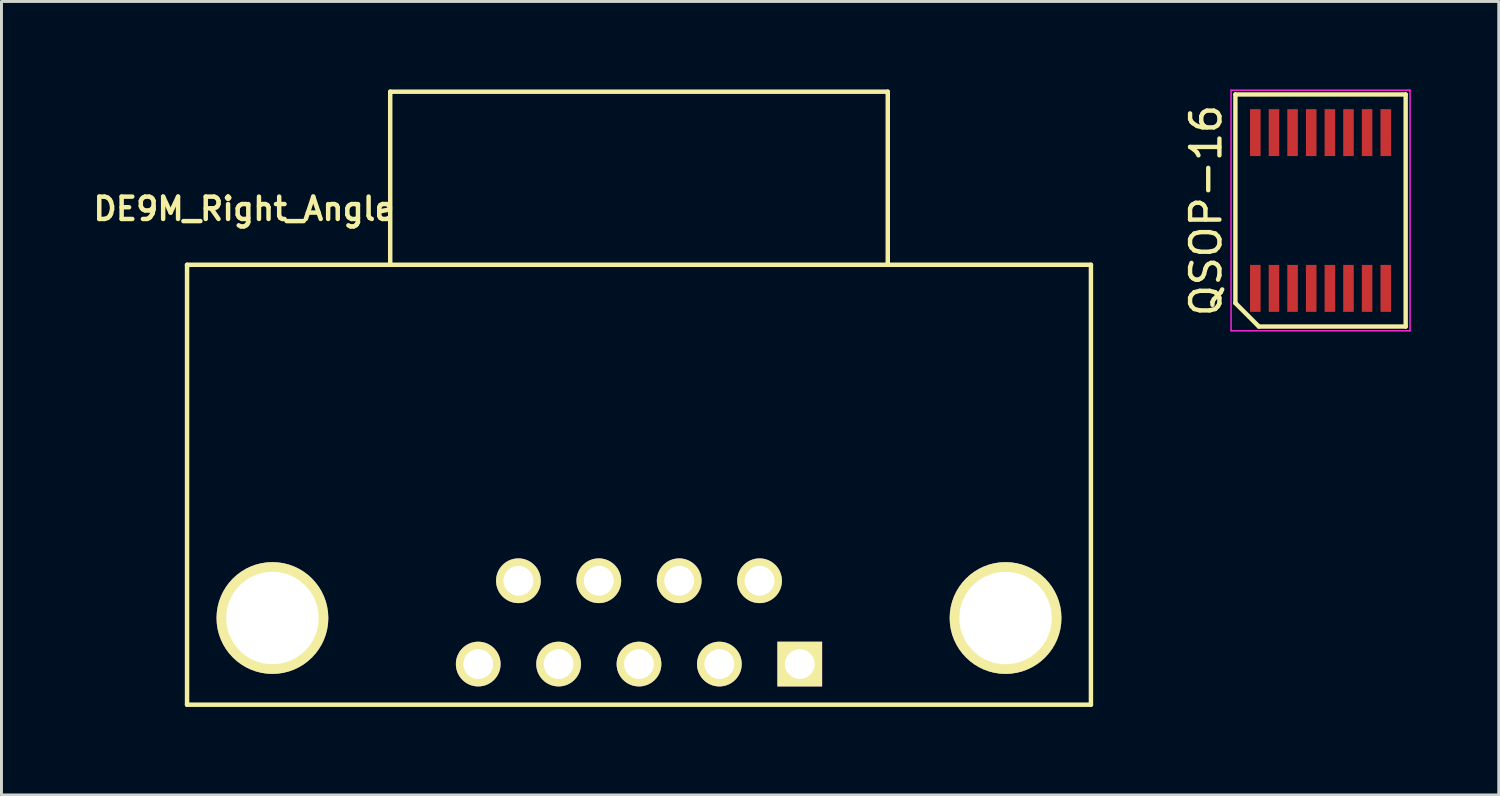
<source format=kicad_pcb>
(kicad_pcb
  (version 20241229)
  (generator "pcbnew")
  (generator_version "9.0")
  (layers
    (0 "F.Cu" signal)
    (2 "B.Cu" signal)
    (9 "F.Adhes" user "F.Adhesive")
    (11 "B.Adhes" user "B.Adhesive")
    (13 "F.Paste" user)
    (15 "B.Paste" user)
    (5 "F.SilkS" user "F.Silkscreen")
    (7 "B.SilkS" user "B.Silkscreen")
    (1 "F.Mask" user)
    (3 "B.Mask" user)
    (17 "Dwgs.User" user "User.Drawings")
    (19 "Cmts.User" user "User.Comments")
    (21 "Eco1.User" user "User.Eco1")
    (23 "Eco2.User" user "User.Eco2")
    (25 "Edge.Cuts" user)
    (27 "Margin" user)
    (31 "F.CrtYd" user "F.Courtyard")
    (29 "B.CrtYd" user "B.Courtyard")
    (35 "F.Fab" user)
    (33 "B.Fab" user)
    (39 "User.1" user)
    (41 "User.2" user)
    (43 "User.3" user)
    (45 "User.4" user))
  (footprint "DE9M_Right_Angle"
    (placed yes)
    (layer "F.Cu")
    (at 18.731 18.166)
    (property "Reference" "DE9M_Right_Angle" (at -13.462 -14.097 0) (layer "F.SilkS") (effects (font (size 0.762 0.762) (thickness 0.152))))
    (attr through_hole)
    (fp_line (start -15.405 -12.19) (end -15.405 2.805) (stroke (width 0.152) (type solid)) (layer "F.SilkS"))
    (fp_line (start -15.405 -12.19) (end 15.405 -12.19) (stroke (width 0.152) (type solid)) (layer "F.SilkS"))
    (fp_line (start -15.405 2.805) (end 15.405 2.805) (stroke (width 0.152) (type solid)) (layer "F.SilkS"))
    (fp_line (start -8.48 -18.09) (end -8.48 -12.19) (stroke (width 0.152) (type solid)) (layer "F.SilkS"))
    (fp_line (start -8.48 -18.09) (end 8.48 -18.09) (stroke (width 0.152) (type solid)) (layer "F.SilkS"))
    (fp_line (start 8.48 -18.09) (end 8.48 -12.19) (stroke (width 0.152) (type solid)) (layer "F.SilkS"))
    (fp_line (start 15.405 -12.19) (end 15.405 2.805) (stroke (width 0.152) (type solid)) (layer "F.SilkS"))
    (pad "" thru_hole circle (at -12.495 -0.15) (size 3.81 3.81) (drill 3.15) (layers "*.Cu" "*.Mask" "F.SilkS"))
    (pad "" thru_hole circle (at 12.495 -0.15) (size 3.81 3.81) (drill 3.15) (layers "*.Cu" "*.Mask" "F.SilkS"))
    (pad "1" thru_hole rect (at 5.48 1.42) (size 1.524 1.524) (drill 1.016) (layers "*.Cu" "*.Mask" "F.SilkS"))
    (pad "2" thru_hole circle (at 2.74 1.42) (size 1.524 1.524) (drill 1.016) (layers "*.Cu" "*.Mask" "F.SilkS"))
    (pad "3" thru_hole circle (at 0 1.42) (size 1.524 1.524) (drill 1.016) (layers "*.Cu" "*.Mask" "F.SilkS"))
    (pad "4" thru_hole circle (at -2.74 1.42) (size 1.524 1.524) (drill 1.016) (layers "*.Cu" "*.Mask" "F.SilkS"))
    (pad "5" thru_hole circle (at -5.48 1.42) (size 1.524 1.524) (drill 1.016) (layers "*.Cu" "*.Mask" "F.SilkS"))
    (pad "6" thru_hole circle (at 4.11 -1.42) (size 1.524 1.524) (drill 1.016) (layers "*.Cu" "*.Mask" "F.SilkS"))
    (pad "7" thru_hole circle (at 1.37 -1.42) (size 1.524 1.524) (drill 1.016) (layers "*.Cu" "*.Mask" "F.SilkS"))
    (pad "8" thru_hole circle (at -1.37 -1.42) (size 1.524 1.524) (drill 1.016) (layers "*.Cu" "*.Mask" "F.SilkS"))
    (pad "9" thru_hole circle (at -4.11 -1.42) (size 1.524 1.524) (drill 1.016) (layers "*.Cu" "*.Mask" "F.SilkS")))
  (footprint "QSOP-16"
    (layer "F.Cu")
    (at 41.963 4.125)
    (property "Reference" "QSOP-16" (at -3.902 0 90) (layer "F.SilkS") (effects (font (size 1 1) (thickness 0.15))))
    (attr smd)
    (fp_line (start -2.902 -3.955) (end 2.902 -3.955) (stroke (width 0.15) (type solid)) (layer "F.SilkS"))
    (fp_line (start -2.902 3.155) (end -2.902 -3.955) (stroke (width 0.15) (type solid)) (layer "F.SilkS"))
    (fp_line (start -2.103 3.955) (end -2.902 3.155) (stroke (width 0.15) (type solid)) (layer "F.SilkS"))
    (fp_line (start 2.902 -3.955) (end 2.902 3.955) (stroke (width 0.15) (type solid)) (layer "F.SilkS"))
    (fp_line (start 2.902 3.955) (end -2.103 3.955) (stroke (width 0.15) (type solid)) (layer "F.SilkS"))
    (fp_line (start -3.05 -4.1) (end 3.05 -4.1) (stroke (width 0.05) (type solid)) (layer "F.CrtYd"))
    (fp_line (start -3.05 4.1) (end -3.05 -4.1) (stroke (width 0.05) (type solid)) (layer "F.CrtYd"))
    (fp_line (start 3.05 -4.1) (end 3.05 4.1) (stroke (width 0.05) (type solid)) (layer "F.CrtYd"))
    (fp_line (start 3.05 4.1) (end -3.05 4.1) (stroke (width 0.05) (type solid)) (layer "F.CrtYd"))
    (pad "1" smd rect (at -2.223 2.655) (size 0.36 1.6) (layers "F.Cu" "F.Mask" "F.Paste"))
    (pad "2" smd rect (at -1.587 2.655) (size 0.36 1.6) (layers "F.Cu" "F.Mask" "F.Paste"))
    (pad "3" smd rect (at -0.953 2.655) (size 0.36 1.6) (layers "F.Cu" "F.Mask" "F.Paste"))
    (pad "4" smd rect (at -0.318 2.655) (size 0.36 1.6) (layers "F.Cu" "F.Mask" "F.Paste"))
    (pad "5" smd rect (at 0.318 2.655) (size 0.36 1.6) (layers "F.Cu" "F.Mask" "F.Paste"))
    (pad "6" smd rect (at 0.953 2.655) (size 0.36 1.6) (layers "F.Cu" "F.Mask" "F.Paste"))
    (pad "7" smd rect (at 1.587 2.655) (size 0.36 1.6) (layers "F.Cu" "F.Mask" "F.Paste"))
    (pad "8" smd rect (at 2.223 2.655) (size 0.36 1.6) (layers "F.Cu" "F.Mask" "F.Paste"))
    (pad "9" smd rect (at 2.223 -2.655) (size 0.36 1.6) (layers "F.Cu" "F.Mask" "F.Paste"))
    (pad "10" smd rect (at 1.587 -2.655) (size 0.36 1.6) (layers "F.Cu" "F.Mask" "F.Paste"))
    (pad "11" smd rect (at 0.953 -2.655) (size 0.36 1.6) (layers "F.Cu" "F.Mask" "F.Paste"))
    (pad "12" smd rect (at 0.318 -2.655) (size 0.36 1.6) (layers "F.Cu" "F.Mask" "F.Paste"))
    (pad "13" smd rect (at -0.318 -2.655) (size 0.36 1.6) (layers "F.Cu" "F.Mask" "F.Paste"))
    (pad "14" smd rect (at -0.953 -2.655) (size 0.36 1.6) (layers "F.Cu" "F.Mask" "F.Paste"))
    (pad "15" smd rect (at -1.587 -2.655) (size 0.36 1.6) (layers "F.Cu" "F.Mask" "F.Paste"))
    (pad "16" smd rect (at -2.223 -2.655) (size 0.36 1.6) (layers "F.Cu" "F.Mask" "F.Paste")))
  (gr_rect
    (start -3 -3)
    (end 48.038 24.047)
    (stroke (width 0.1) (type default))
    (fill no)
    (layer "Edge.Cuts")))
</source>
